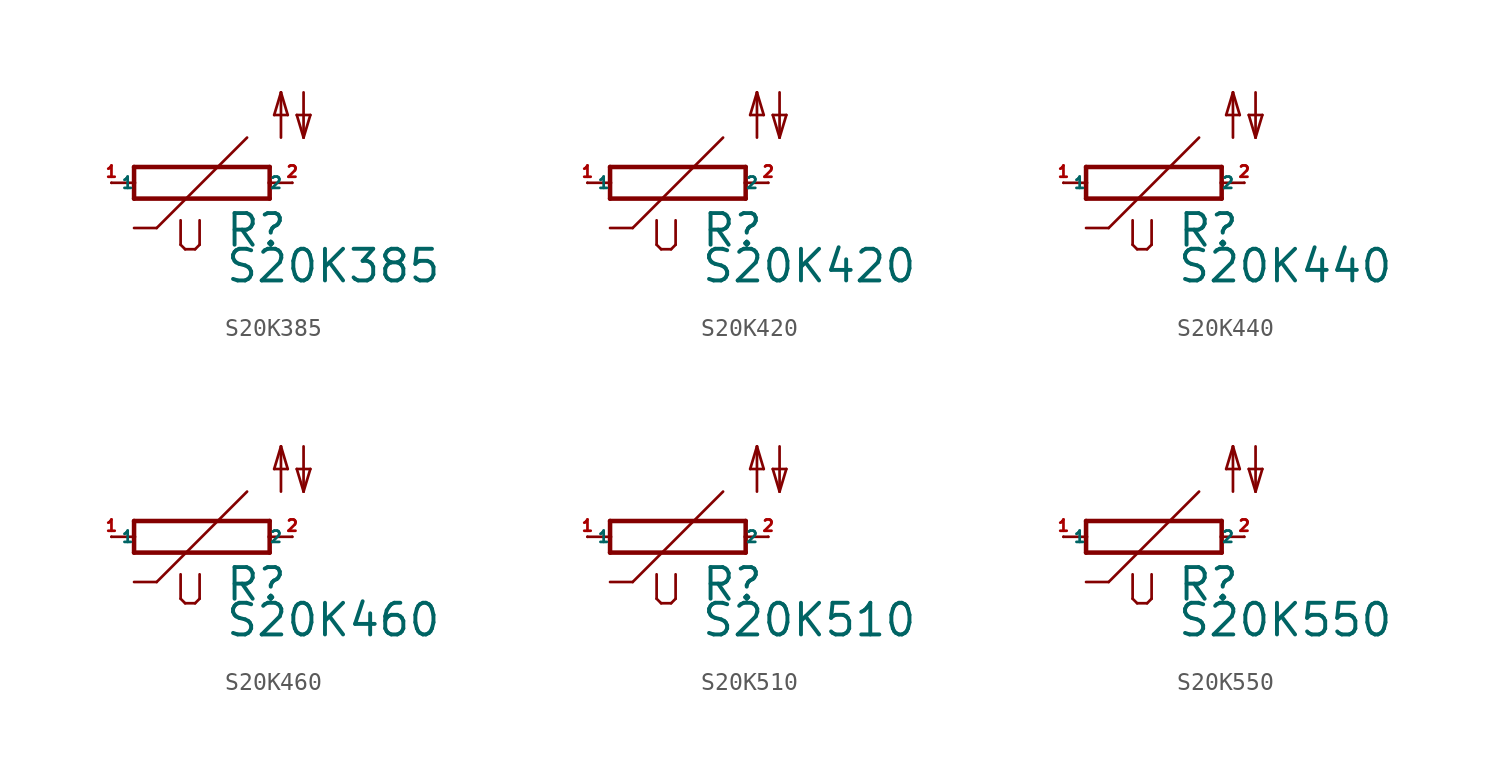
<source format=kicad_sym>
(kicad_symbol_lib
  (version 20220914)
  (generator Eagle2Kicad)
  (symbol "S20K385"
    (property "Reference" "R"
      (at 1.27 -3.708 0)
      (effects (font (size 1.778 1.778) (thickness 0.22)) (justify left bottom)))
    (property "Value" "S20K385"
      (at 1.27 -5.715 0)
      (effects (font (size 1.778 1.778) (thickness 0.22)) (justify left bottom)))
    (polyline
      (pts (xy -3.81 -0.889) (xy 3.81 -0.889))
      (stroke (width 0.254) (type default))
      (fill (type none)))
    (polyline
      (pts (xy 3.81 -0.889) (xy 3.81 0))
      (stroke (width 0.254) (type default))
      (fill (type none)))
    (polyline
      (pts (xy 3.81 0.889) (xy -3.81 0.889))
      (stroke (width 0.254) (type default))
      (fill (type none)))
    (polyline
      (pts (xy -3.81 -0.889) (xy -3.81 0))
      (stroke (width 0.254) (type default))
      (fill (type none)))
    (polyline
      (pts (xy 3.81 0) (xy 5.08 0))
      (stroke (width 0.152) (type default))
      (fill (type none)))
    (polyline
      (pts (xy 3.81 0) (xy 3.81 0.889))
      (stroke (width 0.254) (type default))
      (fill (type none)))
    (polyline
      (pts (xy -5.08 0) (xy -3.81 0))
      (stroke (width 0.152) (type default))
      (fill (type none)))
    (polyline
      (pts (xy -3.81 0) (xy -3.81 0.889))
      (stroke (width 0.254) (type default))
      (fill (type none)))
    (polyline
      (pts (xy 2.54 2.54) (xy -2.54 -2.54))
      (stroke (width 0.152) (type default))
      (fill (type none)))
    (polyline
      (pts (xy -2.54 -2.54) (xy -3.81 -2.54))
      (stroke (width 0.152) (type default))
      (fill (type none)))
    (polyline
      (pts (xy -1.194 -2.108) (xy -1.194 -3.48))
      (stroke (width 0.152) (type default))
      (fill (type none)))
    (polyline
      (pts (xy -0.94 -3.734) (xy -1.194 -3.48))
      (stroke (width 0.152) (type default))
      (fill (type none)))
    (polyline
      (pts (xy -0.94 -3.734) (xy -0.381 -3.734))
      (stroke (width 0.152) (type default))
      (fill (type none)))
    (polyline
      (pts (xy -0.127 -3.48) (xy -0.381 -3.734))
      (stroke (width 0.152) (type default))
      (fill (type none)))
    (polyline
      (pts (xy -0.127 -3.48) (xy -0.127 -2.108))
      (stroke (width 0.152) (type default))
      (fill (type none)))
    (polyline
      (pts (xy 5.715 5.08) (xy 5.715 2.54))
      (stroke (width 0.152) (type default))
      (fill (type none)))
    (polyline
      (pts (xy 5.715 2.54) (xy 6.096 3.81))
      (stroke (width 0.152) (type default))
      (fill (type none)))
    (polyline
      (pts (xy 6.096 3.81) (xy 5.334 3.81))
      (stroke (width 0.152) (type default))
      (fill (type none)))
    (polyline
      (pts (xy 5.334 3.81) (xy 5.715 2.54))
      (stroke (width 0.152) (type default))
      (fill (type none)))
    (polyline
      (pts (xy 4.445 2.54) (xy 4.445 5.08))
      (stroke (width 0.152) (type default))
      (fill (type none)))
    (polyline
      (pts (xy 4.445 5.08) (xy 4.826 3.81))
      (stroke (width 0.152) (type default))
      (fill (type none)))
    (polyline
      (pts (xy 4.826 3.81) (xy 4.064 3.81))
      (stroke (width 0.152) (type default))
      (fill (type none)))
    (polyline
      (pts (xy 4.064 3.81) (xy 4.445 5.08))
      (stroke (width 0.152) (type default))
      (fill (type none)))
    (pin passive line
      (at 5.08 0 180)
      (length 0)
      (name "2" (effects (font (size 0.635 0.635) (thickness 0.08)) (justify left bottom)))
      (number "2" (effects (font (size 0.635 0.635) (thickness 0.08)) (justify left bottom))))
    (pin passive line
      (at -5.08 0 0)
      (length 0)
      (name "1" (effects (font (size 0.635 0.635) (thickness 0.08)) (justify left bottom)))
      (number "1" (effects (font (size 0.635 0.635) (thickness 0.08)) (justify left bottom)))))
  (symbol "S20K420"
    (property "Reference" "R"
      (at 1.27 -3.708 0)
      (effects (font (size 1.778 1.778) (thickness 0.22)) (justify left bottom)))
    (property "Value" "S20K420"
      (at 1.27 -5.715 0)
      (effects (font (size 1.778 1.778) (thickness 0.22)) (justify left bottom)))
    (polyline
      (pts (xy -3.81 -0.889) (xy 3.81 -0.889))
      (stroke (width 0.254) (type default))
      (fill (type none)))
    (polyline
      (pts (xy 3.81 -0.889) (xy 3.81 0))
      (stroke (width 0.254) (type default))
      (fill (type none)))
    (polyline
      (pts (xy 3.81 0.889) (xy -3.81 0.889))
      (stroke (width 0.254) (type default))
      (fill (type none)))
    (polyline
      (pts (xy -3.81 -0.889) (xy -3.81 0))
      (stroke (width 0.254) (type default))
      (fill (type none)))
    (polyline
      (pts (xy 3.81 0) (xy 5.08 0))
      (stroke (width 0.152) (type default))
      (fill (type none)))
    (polyline
      (pts (xy 3.81 0) (xy 3.81 0.889))
      (stroke (width 0.254) (type default))
      (fill (type none)))
    (polyline
      (pts (xy -5.08 0) (xy -3.81 0))
      (stroke (width 0.152) (type default))
      (fill (type none)))
    (polyline
      (pts (xy -3.81 0) (xy -3.81 0.889))
      (stroke (width 0.254) (type default))
      (fill (type none)))
    (polyline
      (pts (xy 2.54 2.54) (xy -2.54 -2.54))
      (stroke (width 0.152) (type default))
      (fill (type none)))
    (polyline
      (pts (xy -2.54 -2.54) (xy -3.81 -2.54))
      (stroke (width 0.152) (type default))
      (fill (type none)))
    (polyline
      (pts (xy -1.194 -2.108) (xy -1.194 -3.48))
      (stroke (width 0.152) (type default))
      (fill (type none)))
    (polyline
      (pts (xy -0.94 -3.734) (xy -1.194 -3.48))
      (stroke (width 0.152) (type default))
      (fill (type none)))
    (polyline
      (pts (xy -0.94 -3.734) (xy -0.381 -3.734))
      (stroke (width 0.152) (type default))
      (fill (type none)))
    (polyline
      (pts (xy -0.127 -3.48) (xy -0.381 -3.734))
      (stroke (width 0.152) (type default))
      (fill (type none)))
    (polyline
      (pts (xy -0.127 -3.48) (xy -0.127 -2.108))
      (stroke (width 0.152) (type default))
      (fill (type none)))
    (polyline
      (pts (xy 5.715 5.08) (xy 5.715 2.54))
      (stroke (width 0.152) (type default))
      (fill (type none)))
    (polyline
      (pts (xy 5.715 2.54) (xy 6.096 3.81))
      (stroke (width 0.152) (type default))
      (fill (type none)))
    (polyline
      (pts (xy 6.096 3.81) (xy 5.334 3.81))
      (stroke (width 0.152) (type default))
      (fill (type none)))
    (polyline
      (pts (xy 5.334 3.81) (xy 5.715 2.54))
      (stroke (width 0.152) (type default))
      (fill (type none)))
    (polyline
      (pts (xy 4.445 2.54) (xy 4.445 5.08))
      (stroke (width 0.152) (type default))
      (fill (type none)))
    (polyline
      (pts (xy 4.445 5.08) (xy 4.826 3.81))
      (stroke (width 0.152) (type default))
      (fill (type none)))
    (polyline
      (pts (xy 4.826 3.81) (xy 4.064 3.81))
      (stroke (width 0.152) (type default))
      (fill (type none)))
    (polyline
      (pts (xy 4.064 3.81) (xy 4.445 5.08))
      (stroke (width 0.152) (type default))
      (fill (type none)))
    (pin passive line
      (at 5.08 0 180)
      (length 0)
      (name "2" (effects (font (size 0.635 0.635) (thickness 0.08)) (justify left bottom)))
      (number "2" (effects (font (size 0.635 0.635) (thickness 0.08)) (justify left bottom))))
    (pin passive line
      (at -5.08 0 0)
      (length 0)
      (name "1" (effects (font (size 0.635 0.635) (thickness 0.08)) (justify left bottom)))
      (number "1" (effects (font (size 0.635 0.635) (thickness 0.08)) (justify left bottom)))))
  (symbol "S20K440"
    (property "Reference" "R"
      (at 1.27 -3.708 0)
      (effects (font (size 1.778 1.778) (thickness 0.22)) (justify left bottom)))
    (property "Value" "S20K440"
      (at 1.27 -5.715 0)
      (effects (font (size 1.778 1.778) (thickness 0.22)) (justify left bottom)))
    (polyline
      (pts (xy -3.81 -0.889) (xy 3.81 -0.889))
      (stroke (width 0.254) (type default))
      (fill (type none)))
    (polyline
      (pts (xy 3.81 -0.889) (xy 3.81 0))
      (stroke (width 0.254) (type default))
      (fill (type none)))
    (polyline
      (pts (xy 3.81 0.889) (xy -3.81 0.889))
      (stroke (width 0.254) (type default))
      (fill (type none)))
    (polyline
      (pts (xy -3.81 -0.889) (xy -3.81 0))
      (stroke (width 0.254) (type default))
      (fill (type none)))
    (polyline
      (pts (xy 3.81 0) (xy 5.08 0))
      (stroke (width 0.152) (type default))
      (fill (type none)))
    (polyline
      (pts (xy 3.81 0) (xy 3.81 0.889))
      (stroke (width 0.254) (type default))
      (fill (type none)))
    (polyline
      (pts (xy -5.08 0) (xy -3.81 0))
      (stroke (width 0.152) (type default))
      (fill (type none)))
    (polyline
      (pts (xy -3.81 0) (xy -3.81 0.889))
      (stroke (width 0.254) (type default))
      (fill (type none)))
    (polyline
      (pts (xy 2.54 2.54) (xy -2.54 -2.54))
      (stroke (width 0.152) (type default))
      (fill (type none)))
    (polyline
      (pts (xy -2.54 -2.54) (xy -3.81 -2.54))
      (stroke (width 0.152) (type default))
      (fill (type none)))
    (polyline
      (pts (xy -1.194 -2.108) (xy -1.194 -3.48))
      (stroke (width 0.152) (type default))
      (fill (type none)))
    (polyline
      (pts (xy -0.94 -3.734) (xy -1.194 -3.48))
      (stroke (width 0.152) (type default))
      (fill (type none)))
    (polyline
      (pts (xy -0.94 -3.734) (xy -0.381 -3.734))
      (stroke (width 0.152) (type default))
      (fill (type none)))
    (polyline
      (pts (xy -0.127 -3.48) (xy -0.381 -3.734))
      (stroke (width 0.152) (type default))
      (fill (type none)))
    (polyline
      (pts (xy -0.127 -3.48) (xy -0.127 -2.108))
      (stroke (width 0.152) (type default))
      (fill (type none)))
    (polyline
      (pts (xy 5.715 5.08) (xy 5.715 2.54))
      (stroke (width 0.152) (type default))
      (fill (type none)))
    (polyline
      (pts (xy 5.715 2.54) (xy 6.096 3.81))
      (stroke (width 0.152) (type default))
      (fill (type none)))
    (polyline
      (pts (xy 6.096 3.81) (xy 5.334 3.81))
      (stroke (width 0.152) (type default))
      (fill (type none)))
    (polyline
      (pts (xy 5.334 3.81) (xy 5.715 2.54))
      (stroke (width 0.152) (type default))
      (fill (type none)))
    (polyline
      (pts (xy 4.445 2.54) (xy 4.445 5.08))
      (stroke (width 0.152) (type default))
      (fill (type none)))
    (polyline
      (pts (xy 4.445 5.08) (xy 4.826 3.81))
      (stroke (width 0.152) (type default))
      (fill (type none)))
    (polyline
      (pts (xy 4.826 3.81) (xy 4.064 3.81))
      (stroke (width 0.152) (type default))
      (fill (type none)))
    (polyline
      (pts (xy 4.064 3.81) (xy 4.445 5.08))
      (stroke (width 0.152) (type default))
      (fill (type none)))
    (pin passive line
      (at 5.08 0 180)
      (length 0)
      (name "2" (effects (font (size 0.635 0.635) (thickness 0.08)) (justify left bottom)))
      (number "2" (effects (font (size 0.635 0.635) (thickness 0.08)) (justify left bottom))))
    (pin passive line
      (at -5.08 0 0)
      (length 0)
      (name "1" (effects (font (size 0.635 0.635) (thickness 0.08)) (justify left bottom)))
      (number "1" (effects (font (size 0.635 0.635) (thickness 0.08)) (justify left bottom)))))
  (symbol "S20K460"
    (property "Reference" "R"
      (at 1.27 -3.708 0)
      (effects (font (size 1.778 1.778) (thickness 0.22)) (justify left bottom)))
    (property "Value" "S20K460"
      (at 1.27 -5.715 0)
      (effects (font (size 1.778 1.778) (thickness 0.22)) (justify left bottom)))
    (polyline
      (pts (xy -3.81 -0.889) (xy 3.81 -0.889))
      (stroke (width 0.254) (type default))
      (fill (type none)))
    (polyline
      (pts (xy 3.81 -0.889) (xy 3.81 0))
      (stroke (width 0.254) (type default))
      (fill (type none)))
    (polyline
      (pts (xy 3.81 0.889) (xy -3.81 0.889))
      (stroke (width 0.254) (type default))
      (fill (type none)))
    (polyline
      (pts (xy -3.81 -0.889) (xy -3.81 0))
      (stroke (width 0.254) (type default))
      (fill (type none)))
    (polyline
      (pts (xy 3.81 0) (xy 5.08 0))
      (stroke (width 0.152) (type default))
      (fill (type none)))
    (polyline
      (pts (xy 3.81 0) (xy 3.81 0.889))
      (stroke (width 0.254) (type default))
      (fill (type none)))
    (polyline
      (pts (xy -5.08 0) (xy -3.81 0))
      (stroke (width 0.152) (type default))
      (fill (type none)))
    (polyline
      (pts (xy -3.81 0) (xy -3.81 0.889))
      (stroke (width 0.254) (type default))
      (fill (type none)))
    (polyline
      (pts (xy 2.54 2.54) (xy -2.54 -2.54))
      (stroke (width 0.152) (type default))
      (fill (type none)))
    (polyline
      (pts (xy -2.54 -2.54) (xy -3.81 -2.54))
      (stroke (width 0.152) (type default))
      (fill (type none)))
    (polyline
      (pts (xy -1.194 -2.108) (xy -1.194 -3.48))
      (stroke (width 0.152) (type default))
      (fill (type none)))
    (polyline
      (pts (xy -0.94 -3.734) (xy -1.194 -3.48))
      (stroke (width 0.152) (type default))
      (fill (type none)))
    (polyline
      (pts (xy -0.94 -3.734) (xy -0.381 -3.734))
      (stroke (width 0.152) (type default))
      (fill (type none)))
    (polyline
      (pts (xy -0.127 -3.48) (xy -0.381 -3.734))
      (stroke (width 0.152) (type default))
      (fill (type none)))
    (polyline
      (pts (xy -0.127 -3.48) (xy -0.127 -2.108))
      (stroke (width 0.152) (type default))
      (fill (type none)))
    (polyline
      (pts (xy 5.715 5.08) (xy 5.715 2.54))
      (stroke (width 0.152) (type default))
      (fill (type none)))
    (polyline
      (pts (xy 5.715 2.54) (xy 6.096 3.81))
      (stroke (width 0.152) (type default))
      (fill (type none)))
    (polyline
      (pts (xy 6.096 3.81) (xy 5.334 3.81))
      (stroke (width 0.152) (type default))
      (fill (type none)))
    (polyline
      (pts (xy 5.334 3.81) (xy 5.715 2.54))
      (stroke (width 0.152) (type default))
      (fill (type none)))
    (polyline
      (pts (xy 4.445 2.54) (xy 4.445 5.08))
      (stroke (width 0.152) (type default))
      (fill (type none)))
    (polyline
      (pts (xy 4.445 5.08) (xy 4.826 3.81))
      (stroke (width 0.152) (type default))
      (fill (type none)))
    (polyline
      (pts (xy 4.826 3.81) (xy 4.064 3.81))
      (stroke (width 0.152) (type default))
      (fill (type none)))
    (polyline
      (pts (xy 4.064 3.81) (xy 4.445 5.08))
      (stroke (width 0.152) (type default))
      (fill (type none)))
    (pin passive line
      (at 5.08 0 180)
      (length 0)
      (name "2" (effects (font (size 0.635 0.635) (thickness 0.08)) (justify left bottom)))
      (number "2" (effects (font (size 0.635 0.635) (thickness 0.08)) (justify left bottom))))
    (pin passive line
      (at -5.08 0 0)
      (length 0)
      (name "1" (effects (font (size 0.635 0.635) (thickness 0.08)) (justify left bottom)))
      (number "1" (effects (font (size 0.635 0.635) (thickness 0.08)) (justify left bottom)))))
  (symbol "S20K510"
    (property "Reference" "R"
      (at 1.27 -3.708 0)
      (effects (font (size 1.778 1.778) (thickness 0.22)) (justify left bottom)))
    (property "Value" "S20K510"
      (at 1.27 -5.715 0)
      (effects (font (size 1.778 1.778) (thickness 0.22)) (justify left bottom)))
    (polyline
      (pts (xy -3.81 -0.889) (xy 3.81 -0.889))
      (stroke (width 0.254) (type default))
      (fill (type none)))
    (polyline
      (pts (xy 3.81 -0.889) (xy 3.81 0))
      (stroke (width 0.254) (type default))
      (fill (type none)))
    (polyline
      (pts (xy 3.81 0.889) (xy -3.81 0.889))
      (stroke (width 0.254) (type default))
      (fill (type none)))
    (polyline
      (pts (xy -3.81 -0.889) (xy -3.81 0))
      (stroke (width 0.254) (type default))
      (fill (type none)))
    (polyline
      (pts (xy 3.81 0) (xy 5.08 0))
      (stroke (width 0.152) (type default))
      (fill (type none)))
    (polyline
      (pts (xy 3.81 0) (xy 3.81 0.889))
      (stroke (width 0.254) (type default))
      (fill (type none)))
    (polyline
      (pts (xy -5.08 0) (xy -3.81 0))
      (stroke (width 0.152) (type default))
      (fill (type none)))
    (polyline
      (pts (xy -3.81 0) (xy -3.81 0.889))
      (stroke (width 0.254) (type default))
      (fill (type none)))
    (polyline
      (pts (xy 2.54 2.54) (xy -2.54 -2.54))
      (stroke (width 0.152) (type default))
      (fill (type none)))
    (polyline
      (pts (xy -2.54 -2.54) (xy -3.81 -2.54))
      (stroke (width 0.152) (type default))
      (fill (type none)))
    (polyline
      (pts (xy -1.194 -2.108) (xy -1.194 -3.48))
      (stroke (width 0.152) (type default))
      (fill (type none)))
    (polyline
      (pts (xy -0.94 -3.734) (xy -1.194 -3.48))
      (stroke (width 0.152) (type default))
      (fill (type none)))
    (polyline
      (pts (xy -0.94 -3.734) (xy -0.381 -3.734))
      (stroke (width 0.152) (type default))
      (fill (type none)))
    (polyline
      (pts (xy -0.127 -3.48) (xy -0.381 -3.734))
      (stroke (width 0.152) (type default))
      (fill (type none)))
    (polyline
      (pts (xy -0.127 -3.48) (xy -0.127 -2.108))
      (stroke (width 0.152) (type default))
      (fill (type none)))
    (polyline
      (pts (xy 5.715 5.08) (xy 5.715 2.54))
      (stroke (width 0.152) (type default))
      (fill (type none)))
    (polyline
      (pts (xy 5.715 2.54) (xy 6.096 3.81))
      (stroke (width 0.152) (type default))
      (fill (type none)))
    (polyline
      (pts (xy 6.096 3.81) (xy 5.334 3.81))
      (stroke (width 0.152) (type default))
      (fill (type none)))
    (polyline
      (pts (xy 5.334 3.81) (xy 5.715 2.54))
      (stroke (width 0.152) (type default))
      (fill (type none)))
    (polyline
      (pts (xy 4.445 2.54) (xy 4.445 5.08))
      (stroke (width 0.152) (type default))
      (fill (type none)))
    (polyline
      (pts (xy 4.445 5.08) (xy 4.826 3.81))
      (stroke (width 0.152) (type default))
      (fill (type none)))
    (polyline
      (pts (xy 4.826 3.81) (xy 4.064 3.81))
      (stroke (width 0.152) (type default))
      (fill (type none)))
    (polyline
      (pts (xy 4.064 3.81) (xy 4.445 5.08))
      (stroke (width 0.152) (type default))
      (fill (type none)))
    (pin passive line
      (at 5.08 0 180)
      (length 0)
      (name "2" (effects (font (size 0.635 0.635) (thickness 0.08)) (justify left bottom)))
      (number "2" (effects (font (size 0.635 0.635) (thickness 0.08)) (justify left bottom))))
    (pin passive line
      (at -5.08 0 0)
      (length 0)
      (name "1" (effects (font (size 0.635 0.635) (thickness 0.08)) (justify left bottom)))
      (number "1" (effects (font (size 0.635 0.635) (thickness 0.08)) (justify left bottom)))))
  (symbol "S20K550"
    (property "Reference" "R"
      (at 1.27 -3.708 0)
      (effects (font (size 1.778 1.778) (thickness 0.22)) (justify left bottom)))
    (property "Value" "S20K550"
      (at 1.27 -5.715 0)
      (effects (font (size 1.778 1.778) (thickness 0.22)) (justify left bottom)))
    (polyline
      (pts (xy -3.81 -0.889) (xy 3.81 -0.889))
      (stroke (width 0.254) (type default))
      (fill (type none)))
    (polyline
      (pts (xy 3.81 -0.889) (xy 3.81 0))
      (stroke (width 0.254) (type default))
      (fill (type none)))
    (polyline
      (pts (xy 3.81 0.889) (xy -3.81 0.889))
      (stroke (width 0.254) (type default))
      (fill (type none)))
    (polyline
      (pts (xy -3.81 -0.889) (xy -3.81 0))
      (stroke (width 0.254) (type default))
      (fill (type none)))
    (polyline
      (pts (xy 3.81 0) (xy 5.08 0))
      (stroke (width 0.152) (type default))
      (fill (type none)))
    (polyline
      (pts (xy 3.81 0) (xy 3.81 0.889))
      (stroke (width 0.254) (type default))
      (fill (type none)))
    (polyline
      (pts (xy -5.08 0) (xy -3.81 0))
      (stroke (width 0.152) (type default))
      (fill (type none)))
    (polyline
      (pts (xy -3.81 0) (xy -3.81 0.889))
      (stroke (width 0.254) (type default))
      (fill (type none)))
    (polyline
      (pts (xy 2.54 2.54) (xy -2.54 -2.54))
      (stroke (width 0.152) (type default))
      (fill (type none)))
    (polyline
      (pts (xy -2.54 -2.54) (xy -3.81 -2.54))
      (stroke (width 0.152) (type default))
      (fill (type none)))
    (polyline
      (pts (xy -1.194 -2.108) (xy -1.194 -3.48))
      (stroke (width 0.152) (type default))
      (fill (type none)))
    (polyline
      (pts (xy -0.94 -3.734) (xy -1.194 -3.48))
      (stroke (width 0.152) (type default))
      (fill (type none)))
    (polyline
      (pts (xy -0.94 -3.734) (xy -0.381 -3.734))
      (stroke (width 0.152) (type default))
      (fill (type none)))
    (polyline
      (pts (xy -0.127 -3.48) (xy -0.381 -3.734))
      (stroke (width 0.152) (type default))
      (fill (type none)))
    (polyline
      (pts (xy -0.127 -3.48) (xy -0.127 -2.108))
      (stroke (width 0.152) (type default))
      (fill (type none)))
    (polyline
      (pts (xy 5.715 5.08) (xy 5.715 2.54))
      (stroke (width 0.152) (type default))
      (fill (type none)))
    (polyline
      (pts (xy 5.715 2.54) (xy 6.096 3.81))
      (stroke (width 0.152) (type default))
      (fill (type none)))
    (polyline
      (pts (xy 6.096 3.81) (xy 5.334 3.81))
      (stroke (width 0.152) (type default))
      (fill (type none)))
    (polyline
      (pts (xy 5.334 3.81) (xy 5.715 2.54))
      (stroke (width 0.152) (type default))
      (fill (type none)))
    (polyline
      (pts (xy 4.445 2.54) (xy 4.445 5.08))
      (stroke (width 0.152) (type default))
      (fill (type none)))
    (polyline
      (pts (xy 4.445 5.08) (xy 4.826 3.81))
      (stroke (width 0.152) (type default))
      (fill (type none)))
    (polyline
      (pts (xy 4.826 3.81) (xy 4.064 3.81))
      (stroke (width 0.152) (type default))
      (fill (type none)))
    (polyline
      (pts (xy 4.064 3.81) (xy 4.445 5.08))
      (stroke (width 0.152) (type default))
      (fill (type none)))
    (pin passive line
      (at 5.08 0 180)
      (length 0)
      (name "2" (effects (font (size 0.635 0.635) (thickness 0.08)) (justify left bottom)))
      (number "2" (effects (font (size 0.635 0.635) (thickness 0.08)) (justify left bottom))))
    (pin passive line
      (at -5.08 0 0)
      (length 0)
      (name "1" (effects (font (size 0.635 0.635) (thickness 0.08)) (justify left bottom)))
      (number "1" (effects (font (size 0.635 0.635) (thickness 0.08)) (justify left bottom))))))
</source>
